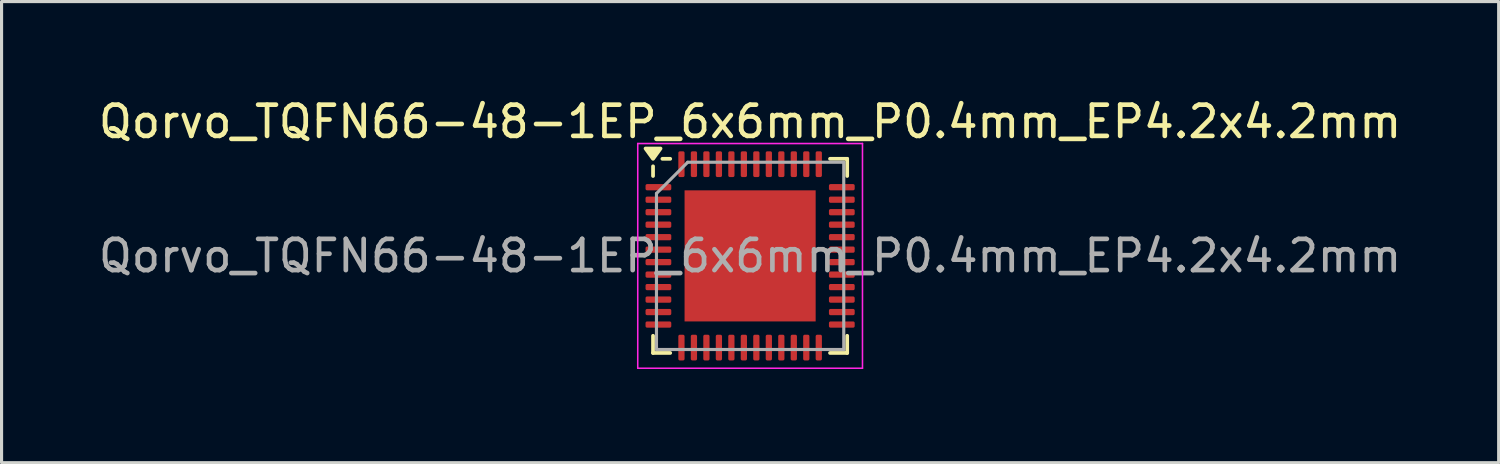
<source format=kicad_pcb>
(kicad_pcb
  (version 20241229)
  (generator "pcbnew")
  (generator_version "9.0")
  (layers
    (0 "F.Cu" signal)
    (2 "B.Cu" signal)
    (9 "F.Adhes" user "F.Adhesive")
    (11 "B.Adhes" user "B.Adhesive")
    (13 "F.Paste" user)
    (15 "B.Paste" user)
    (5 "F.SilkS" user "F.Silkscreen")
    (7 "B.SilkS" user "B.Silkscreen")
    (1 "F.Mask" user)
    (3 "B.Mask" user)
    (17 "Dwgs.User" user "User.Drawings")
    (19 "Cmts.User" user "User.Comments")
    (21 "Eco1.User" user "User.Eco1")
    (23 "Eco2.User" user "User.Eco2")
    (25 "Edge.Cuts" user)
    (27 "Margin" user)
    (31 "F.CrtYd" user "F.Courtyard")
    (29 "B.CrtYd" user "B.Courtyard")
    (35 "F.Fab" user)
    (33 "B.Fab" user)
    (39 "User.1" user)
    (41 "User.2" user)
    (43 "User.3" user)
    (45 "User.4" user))
  (footprint "Qorvo_TQFN66-48-1EP_6x6mm_P0.4mm_EP4.2x4.2mm"
    (layer "F.Cu")
    (at 20.982 5.148)
    (property "Reference" "Qorvo_TQFN66-48-1EP_6x6mm_P0.4mm_EP4.2x4.2mm" (at 0 -4.3 0) (layer "F.SilkS") (effects (font (size 1 1) (thickness 0.15))))
    (attr smd)
    (fp_line (start -3.11 -2.56) (end -3.11 -2.87) (stroke (width 0.12) (type solid)) (layer "F.SilkS"))
    (fp_line (start -3.11 3.11) (end -3.11 2.56) (stroke (width 0.12) (type solid)) (layer "F.SilkS"))
    (fp_line (start -2.56 -3.11) (end -2.81 -3.11) (stroke (width 0.12) (type solid)) (layer "F.SilkS"))
    (fp_line (start -2.56 3.11) (end -3.11 3.11) (stroke (width 0.12) (type solid)) (layer "F.SilkS"))
    (fp_line (start 2.56 -3.11) (end 3.11 -3.11) (stroke (width 0.12) (type solid)) (layer "F.SilkS"))
    (fp_line (start 2.56 3.11) (end 3.11 3.11) (stroke (width 0.12) (type solid)) (layer "F.SilkS"))
    (fp_line (start 3.11 -3.11) (end 3.11 -2.56) (stroke (width 0.12) (type solid)) (layer "F.SilkS"))
    (fp_line (start 3.11 3.11) (end 3.11 2.56) (stroke (width 0.12) (type solid)) (layer "F.SilkS"))
    (fp_poly (pts (xy -3.11 -3.11) (xy -3.35 -3.44) (xy -2.87 -3.44) (xy -3.11 -3.11)) (stroke (width 0.12) (type solid)) (fill yes) (layer "F.SilkS"))
    (fp_line (start -3.6 -3.6) (end -3.6 3.6) (stroke (width 0.05) (type solid)) (layer "F.CrtYd"))
    (fp_line (start -3.6 3.6) (end 3.6 3.6) (stroke (width 0.05) (type solid)) (layer "F.CrtYd"))
    (fp_line (start 3.6 -3.6) (end -3.6 -3.6) (stroke (width 0.05) (type solid)) (layer "F.CrtYd"))
    (fp_line (start 3.6 3.6) (end 3.6 -3.6) (stroke (width 0.05) (type solid)) (layer "F.CrtYd"))
    (fp_line (start -3 -2) (end -2 -3) (stroke (width 0.1) (type solid)) (layer "F.Fab"))
    (fp_line (start -3 3) (end -3 -2) (stroke (width 0.1) (type solid)) (layer "F.Fab"))
    (fp_line (start -2 -3) (end 3 -3) (stroke (width 0.1) (type solid)) (layer "F.Fab"))
    (fp_line (start 3 -3) (end 3 3) (stroke (width 0.1) (type solid)) (layer "F.Fab"))
    (fp_line (start 3 3) (end -3 3) (stroke (width 0.1) (type solid)) (layer "F.Fab"))
    (fp_text user "${REFERENCE}" (at 0 0 0) (layer "F.Fab") (effects (font (size 1 1) (thickness 0.15))))
    (pad "" smd roundrect (at -1.4 -1.4) (size 1.13 1.13) (layers "F.Paste") (roundrect_rratio 0.221))
    (pad "" smd roundrect (at -1.4 0) (size 1.13 1.13) (layers "F.Paste") (roundrect_rratio 0.221))
    (pad "" smd roundrect (at -1.4 1.4) (size 1.13 1.13) (layers "F.Paste") (roundrect_rratio 0.221))
    (pad "" smd roundrect (at 0 -1.4) (size 1.13 1.13) (layers "F.Paste") (roundrect_rratio 0.221))
    (pad "" smd roundrect (at 0 0) (size 1.13 1.13) (layers "F.Paste") (roundrect_rratio 0.221))
    (pad "" smd roundrect (at 0 1.4) (size 1.13 1.13) (layers "F.Paste") (roundrect_rratio 0.221))
    (pad "" smd roundrect (at 1.4 -1.4) (size 1.13 1.13) (layers "F.Paste") (roundrect_rratio 0.221))
    (pad "" smd roundrect (at 1.4 0) (size 1.13 1.13) (layers "F.Paste") (roundrect_rratio 0.221))
    (pad "" smd roundrect (at 1.4 1.4) (size 1.13 1.13) (layers "F.Paste") (roundrect_rratio 0.221))
    (pad "1" smd roundrect (at -2.938 -2.2) (size 0.825 0.2) (layers "F.Cu" "F.Mask" "F.Paste") (roundrect_rratio 0.25))
    (pad "2" smd roundrect (at -2.938 -1.8) (size 0.825 0.2) (layers "F.Cu" "F.Mask" "F.Paste") (roundrect_rratio 0.25))
    (pad "3" smd roundrect (at -2.938 -1.4) (size 0.825 0.2) (layers "F.Cu" "F.Mask" "F.Paste") (roundrect_rratio 0.25))
    (pad "4" smd roundrect (at -2.938 -1) (size 0.825 0.2) (layers "F.Cu" "F.Mask" "F.Paste") (roundrect_rratio 0.25))
    (pad "5" smd roundrect (at -2.938 -0.6) (size 0.825 0.2) (layers "F.Cu" "F.Mask" "F.Paste") (roundrect_rratio 0.25))
    (pad "6" smd roundrect (at -2.938 -0.2) (size 0.825 0.2) (layers "F.Cu" "F.Mask" "F.Paste") (roundrect_rratio 0.25))
    (pad "7" smd roundrect (at -2.938 0.2) (size 0.825 0.2) (layers "F.Cu" "F.Mask" "F.Paste") (roundrect_rratio 0.25))
    (pad "8" smd roundrect (at -2.938 0.6) (size 0.825 0.2) (layers "F.Cu" "F.Mask" "F.Paste") (roundrect_rratio 0.25))
    (pad "9" smd roundrect (at -2.938 1) (size 0.825 0.2) (layers "F.Cu" "F.Mask" "F.Paste") (roundrect_rratio 0.25))
    (pad "10" smd roundrect (at -2.938 1.4) (size 0.825 0.2) (layers "F.Cu" "F.Mask" "F.Paste") (roundrect_rratio 0.25))
    (pad "11" smd roundrect (at -2.938 1.8) (size 0.825 0.2) (layers "F.Cu" "F.Mask" "F.Paste") (roundrect_rratio 0.25))
    (pad "12" smd roundrect (at -2.938 2.2) (size 0.825 0.2) (layers "F.Cu" "F.Mask" "F.Paste") (roundrect_rratio 0.25))
    (pad "13" smd roundrect (at -2.2 2.938) (size 0.2 0.825) (layers "F.Cu" "F.Mask" "F.Paste") (roundrect_rratio 0.25))
    (pad "14" smd roundrect (at -1.8 2.938) (size 0.2 0.825) (layers "F.Cu" "F.Mask" "F.Paste") (roundrect_rratio 0.25))
    (pad "15" smd roundrect (at -1.4 2.938) (size 0.2 0.825) (layers "F.Cu" "F.Mask" "F.Paste") (roundrect_rratio 0.25))
    (pad "16" smd roundrect (at -1 2.938) (size 0.2 0.825) (layers "F.Cu" "F.Mask" "F.Paste") (roundrect_rratio 0.25))
    (pad "17" smd roundrect (at -0.6 2.938) (size 0.2 0.825) (layers "F.Cu" "F.Mask" "F.Paste") (roundrect_rratio 0.25))
    (pad "18" smd roundrect (at -0.2 2.938) (size 0.2 0.825) (layers "F.Cu" "F.Mask" "F.Paste") (roundrect_rratio 0.25))
    (pad "19" smd roundrect (at 0.2 2.938) (size 0.2 0.825) (layers "F.Cu" "F.Mask" "F.Paste") (roundrect_rratio 0.25))
    (pad "20" smd roundrect (at 0.6 2.938) (size 0.2 0.825) (layers "F.Cu" "F.Mask" "F.Paste") (roundrect_rratio 0.25))
    (pad "21" smd roundrect (at 1 2.938) (size 0.2 0.825) (layers "F.Cu" "F.Mask" "F.Paste") (roundrect_rratio 0.25))
    (pad "22" smd roundrect (at 1.4 2.938) (size 0.2 0.825) (layers "F.Cu" "F.Mask" "F.Paste") (roundrect_rratio 0.25))
    (pad "23" smd roundrect (at 1.8 2.938) (size 0.2 0.825) (layers "F.Cu" "F.Mask" "F.Paste") (roundrect_rratio 0.25))
    (pad "24" smd roundrect (at 2.2 2.938) (size 0.2 0.825) (layers "F.Cu" "F.Mask" "F.Paste") (roundrect_rratio 0.25))
    (pad "25" smd roundrect (at 2.938 2.2) (size 0.825 0.2) (layers "F.Cu" "F.Mask" "F.Paste") (roundrect_rratio 0.25))
    (pad "26" smd roundrect (at 2.938 1.8) (size 0.825 0.2) (layers "F.Cu" "F.Mask" "F.Paste") (roundrect_rratio 0.25))
    (pad "27" smd roundrect (at 2.938 1.4) (size 0.825 0.2) (layers "F.Cu" "F.Mask" "F.Paste") (roundrect_rratio 0.25))
    (pad "28" smd roundrect (at 2.938 1) (size 0.825 0.2) (layers "F.Cu" "F.Mask" "F.Paste") (roundrect_rratio 0.25))
    (pad "29" smd roundrect (at 2.938 0.6) (size 0.825 0.2) (layers "F.Cu" "F.Mask" "F.Paste") (roundrect_rratio 0.25))
    (pad "30" smd roundrect (at 2.938 0.2) (size 0.825 0.2) (layers "F.Cu" "F.Mask" "F.Paste") (roundrect_rratio 0.25))
    (pad "31" smd roundrect (at 2.938 -0.2) (size 0.825 0.2) (layers "F.Cu" "F.Mask" "F.Paste") (roundrect_rratio 0.25))
    (pad "32" smd roundrect (at 2.938 -0.6) (size 0.825 0.2) (layers "F.Cu" "F.Mask" "F.Paste") (roundrect_rratio 0.25))
    (pad "33" smd roundrect (at 2.938 -1) (size 0.825 0.2) (layers "F.Cu" "F.Mask" "F.Paste") (roundrect_rratio 0.25))
    (pad "34" smd roundrect (at 2.938 -1.4) (size 0.825 0.2) (layers "F.Cu" "F.Mask" "F.Paste") (roundrect_rratio 0.25))
    (pad "35" smd roundrect (at 2.938 -1.8) (size 0.825 0.2) (layers "F.Cu" "F.Mask" "F.Paste") (roundrect_rratio 0.25))
    (pad "36" smd roundrect (at 2.938 -2.2) (size 0.825 0.2) (layers "F.Cu" "F.Mask" "F.Paste") (roundrect_rratio 0.25))
    (pad "37" smd roundrect (at 2.2 -2.938) (size 0.2 0.825) (layers "F.Cu" "F.Mask" "F.Paste") (roundrect_rratio 0.25))
    (pad "38" smd roundrect (at 1.8 -2.938) (size 0.2 0.825) (layers "F.Cu" "F.Mask" "F.Paste") (roundrect_rratio 0.25))
    (pad "39" smd roundrect (at 1.4 -2.938) (size 0.2 0.825) (layers "F.Cu" "F.Mask" "F.Paste") (roundrect_rratio 0.25))
    (pad "40" smd roundrect (at 1 -2.938) (size 0.2 0.825) (layers "F.Cu" "F.Mask" "F.Paste") (roundrect_rratio 0.25))
    (pad "41" smd roundrect (at 0.6 -2.938) (size 0.2 0.825) (layers "F.Cu" "F.Mask" "F.Paste") (roundrect_rratio 0.25))
    (pad "42" smd roundrect (at 0.2 -2.938) (size 0.2 0.825) (layers "F.Cu" "F.Mask" "F.Paste") (roundrect_rratio 0.25))
    (pad "43" smd roundrect (at -0.2 -2.938) (size 0.2 0.825) (layers "F.Cu" "F.Mask" "F.Paste") (roundrect_rratio 0.25))
    (pad "44" smd roundrect (at -0.6 -2.938) (size 0.2 0.825) (layers "F.Cu" "F.Mask" "F.Paste") (roundrect_rratio 0.25))
    (pad "45" smd roundrect (at -1 -2.938) (size 0.2 0.825) (layers "F.Cu" "F.Mask" "F.Paste") (roundrect_rratio 0.25))
    (pad "46" smd roundrect (at -1.4 -2.938) (size 0.2 0.825) (layers "F.Cu" "F.Mask" "F.Paste") (roundrect_rratio 0.25))
    (pad "47" smd roundrect (at -1.8 -2.938) (size 0.2 0.825) (layers "F.Cu" "F.Mask" "F.Paste") (roundrect_rratio 0.25))
    (pad "48" smd roundrect (at -2.2 -2.938) (size 0.2 0.825) (layers "F.Cu" "F.Mask" "F.Paste") (roundrect_rratio 0.25))
    (pad "49" smd rect (at 0 0) (size 4.2 4.2) (property pad_prop_heatsink) (layers "F.Cu" "F.Mask")))
  (gr_rect
    (start -3 -3)
    (end 44.964 11.773)
    (stroke (width 0.1) (type default))
    (fill no)
    (layer "Edge.Cuts")))
</source>
